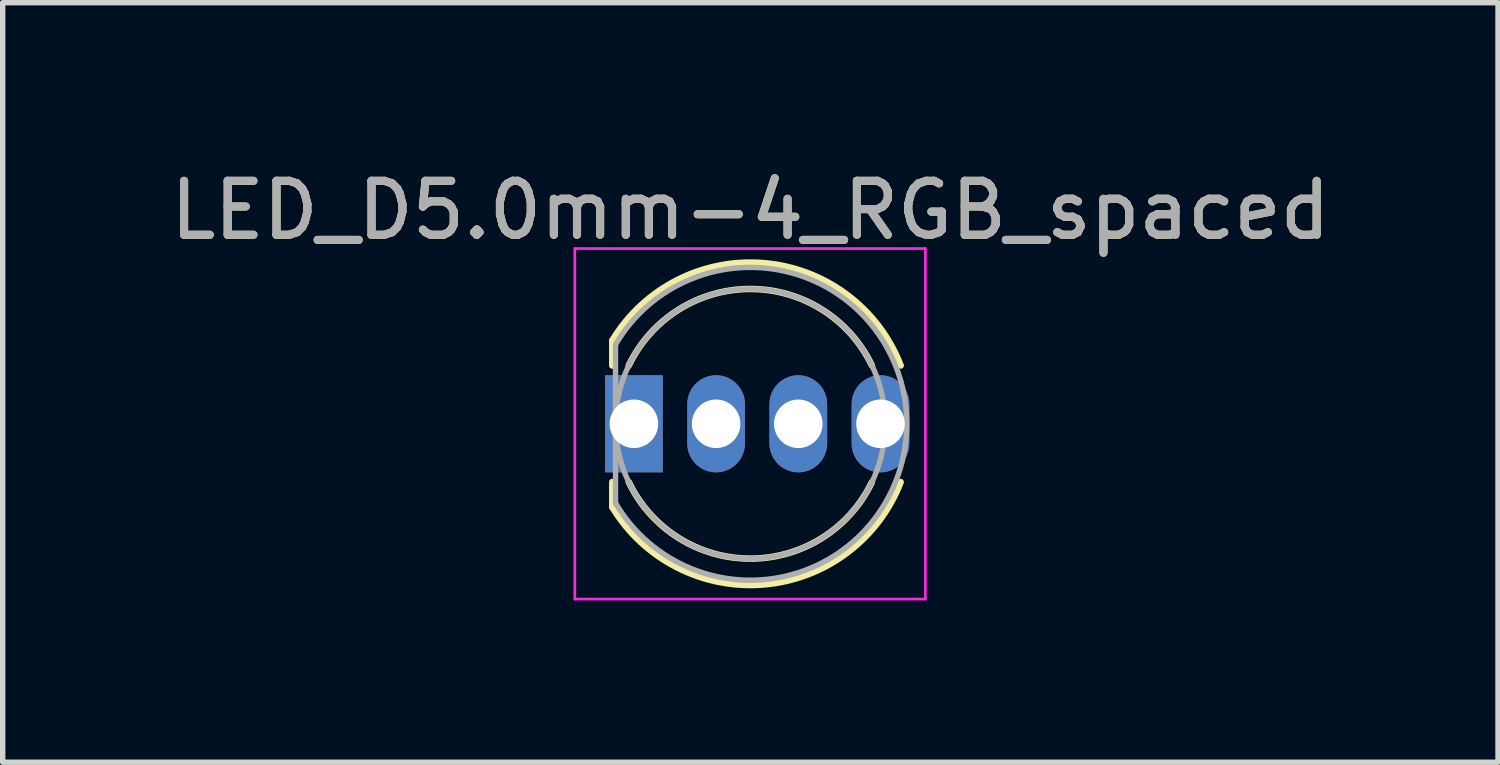
<source format=kicad_pcb>
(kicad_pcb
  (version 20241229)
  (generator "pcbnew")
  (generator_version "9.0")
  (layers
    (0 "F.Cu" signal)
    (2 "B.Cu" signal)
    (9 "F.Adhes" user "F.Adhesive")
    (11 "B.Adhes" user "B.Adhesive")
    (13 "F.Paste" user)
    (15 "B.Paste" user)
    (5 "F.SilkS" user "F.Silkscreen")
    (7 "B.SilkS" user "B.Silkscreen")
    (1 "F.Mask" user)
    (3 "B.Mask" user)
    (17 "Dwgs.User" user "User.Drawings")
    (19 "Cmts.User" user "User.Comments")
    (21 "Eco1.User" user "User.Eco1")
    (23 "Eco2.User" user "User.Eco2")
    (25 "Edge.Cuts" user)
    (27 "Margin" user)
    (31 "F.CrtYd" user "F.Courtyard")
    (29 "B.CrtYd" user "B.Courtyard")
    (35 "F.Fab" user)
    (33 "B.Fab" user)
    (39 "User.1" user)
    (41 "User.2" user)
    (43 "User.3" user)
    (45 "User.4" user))
  (footprint "LED_D5.0mm-4_RGB_spaced"
    (layer "F.Cu")
    (at 8.958 4.808)
    (property "Reference" "LED_D5.0mm-4_RGB_spaced" (at 1.905 -3.96 0) (layer "F.SilkS") (effects (font (size 1 1) (thickness 0.15))))
    (attr through_hole)
    (fp_line (start -0.655 -1.545) (end -0.655 -1.08) (stroke (width 0.12) (type solid)) (layer "F.SilkS"))
    (fp_line (start -0.655 1.08) (end -0.655 1.545) (stroke (width 0.12) (type solid)) (layer "F.SilkS"))
    (fp_arc (start -0.655 -1.54483) (mid 2.163456 -2.978809) (end 4.692815 -1.080827) (stroke (width 0.12) (type solid)) (layer "F.SilkS"))
    (fp_arc (start -0.349684 -1.08) (mid 1.904762 -2.5) (end 4.159479 -1.080429) (stroke (width 0.12) (type solid)) (layer "F.SilkS"))
    (fp_arc (start 4.159479 1.080429) (mid 1.904762 2.5) (end -0.349684 1.08) (stroke (width 0.12) (type solid)) (layer "F.SilkS"))
    (fp_arc (start 4.692815 1.080827) (mid 2.163456 2.978808) (end -0.655 1.54483) (stroke (width 0.12) (type solid)) (layer "F.SilkS"))
    (fp_line (start -1.35 -3.25) (end -1.35 3.25) (stroke (width 0.05) (type solid)) (layer "F.CrtYd"))
    (fp_line (start -1.35 3.25) (end 5.15 3.25) (stroke (width 0.05) (type solid)) (layer "F.CrtYd"))
    (fp_line (start 5.15 -3.25) (end -1.35 -3.25) (stroke (width 0.05) (type solid)) (layer "F.CrtYd"))
    (fp_line (start 5.15 3.25) (end 5.15 -3.25) (stroke (width 0.05) (type solid)) (layer "F.CrtYd"))
    (fp_line (start -0.595 -1.47) (end -0.595 1.47) (stroke (width 0.1) (type solid)) (layer "F.Fab"))
    (fp_arc (start -0.595 -1.469694) (mid 4.805 0.000016) (end -0.595016 1.469666) (stroke (width 0.1) (type solid)) (layer "F.Fab"))
    (fp_circle (center 1.905 0) (end 4.405 0) (stroke (width 0.1) (type solid)) (fill no) (layer "F.Fab"))
    (fp_text user "${REFERENCE}" (at 1.905 -3.96 0) (layer "F.Fab") (effects (font (size 1 1) (thickness 0.15))))
    (pad "1" thru_hole rect (at -0.254 0) (size 1.07 1.8) (drill 0.9) (layers "*.Cu" "*.Mask"))
    (pad "2" thru_hole oval (at 1.27 0) (size 1.07 1.8) (drill 0.9) (layers "*.Cu" "*.Mask"))
    (pad "3" thru_hole oval (at 2.794 0) (size 1.07 1.8) (drill 0.9) (layers "*.Cu" "*.Mask"))
    (pad "4" thru_hole oval (at 4.318 0) (size 1.07 1.8) (drill 0.9) (layers "*.Cu" "*.Mask")))
  (gr_rect
    (start -3 -3)
    (end 24.726 11.083)
    (stroke (width 0.1) (type default))
    (fill no)
    (layer "Edge.Cuts")))
</source>
